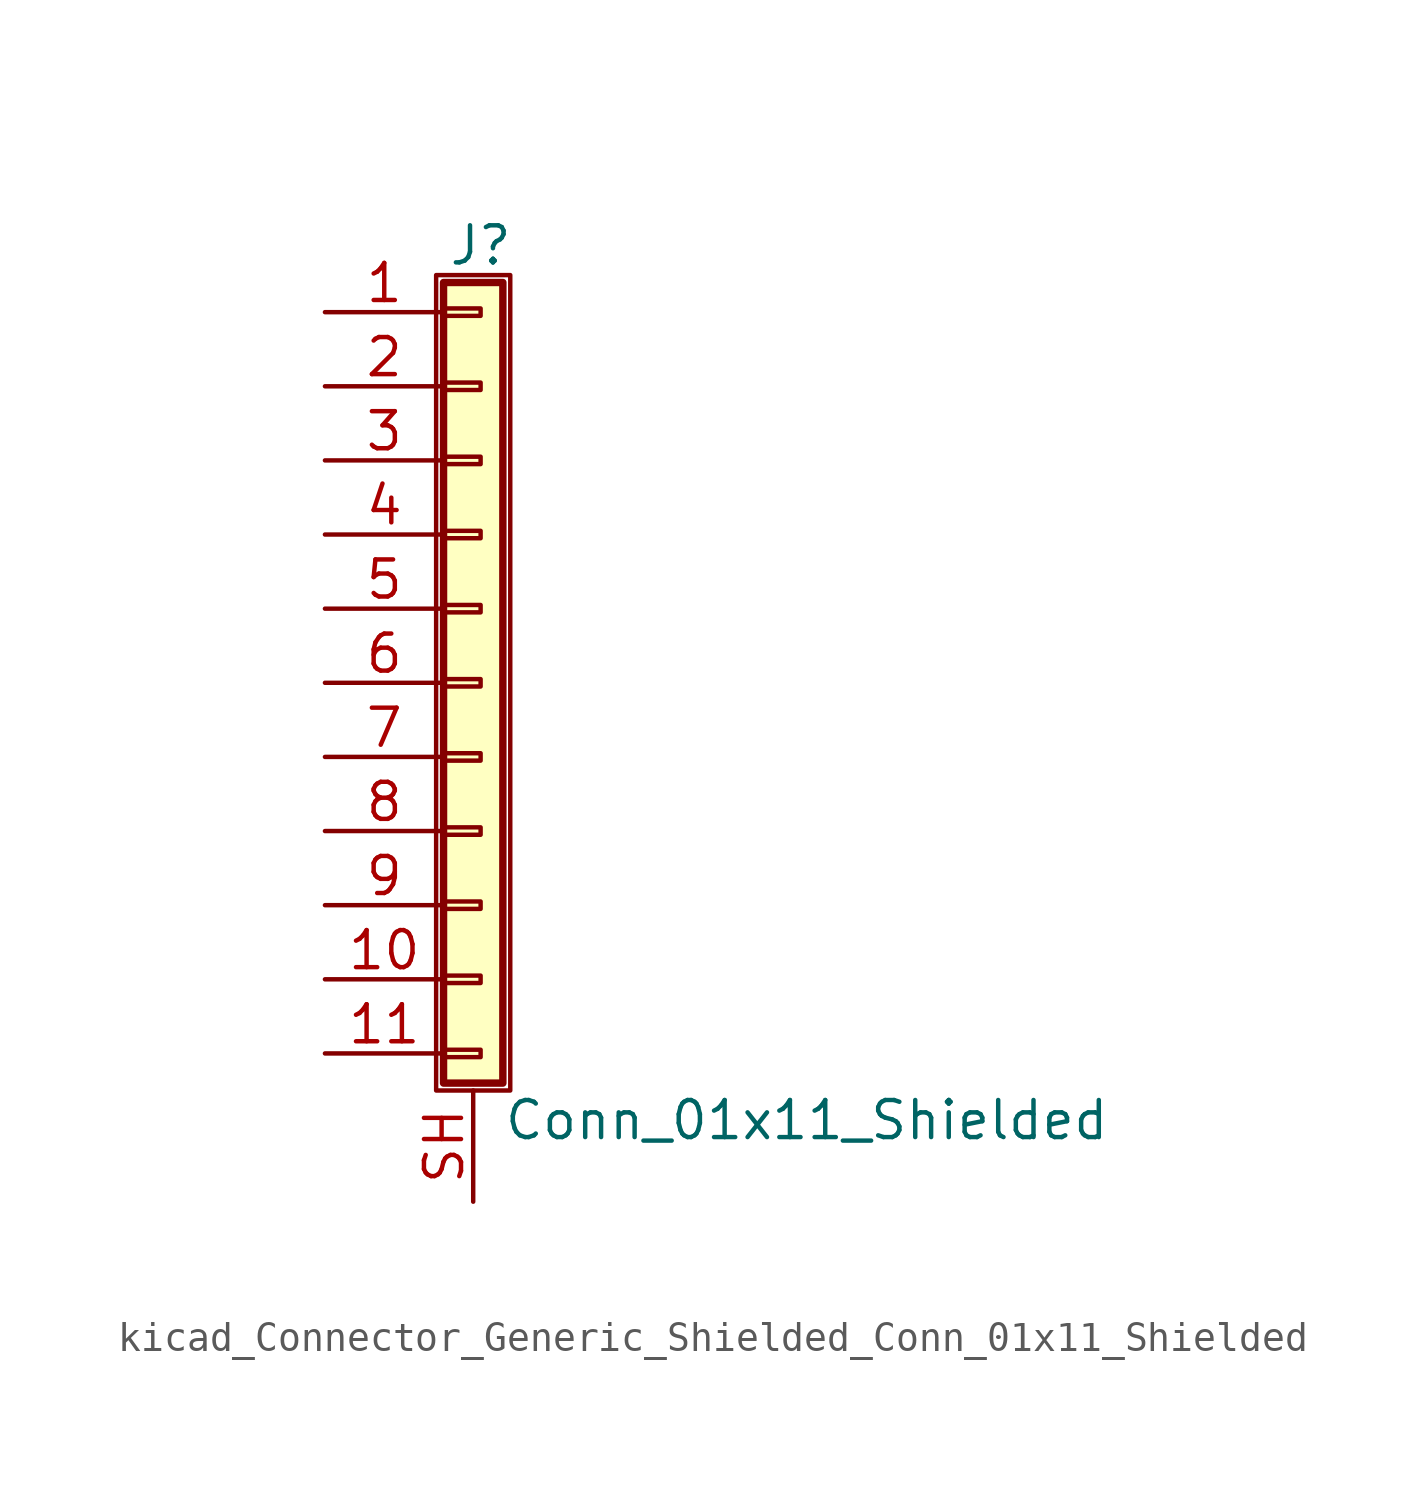
<source format=kicad_sym>
(kicad_symbol_lib
  (version 20220914)
  (generator kicad_symbol_editor)
  (symbol "kicad_Connector_Generic_Shielded_Conn_01x11_Shielded"
    (pin_names
      (offset 1.016) hide)
    (property "Reference" "J"
      (at 0.254 14.986 0)
      (effects (font (size 1.27 1.27))))
    (property "Value" "Conn_01x11_Shielded"
      (at 1.016 -14.986 0)
      (effects (font (size 1.27 1.27)) (justify left)))
    (symbol "kicad_Connector_Generic_Shielded_Conn_01x11_Shielded_1_1"
      (rectangle (start -1.27 13.97) (end 1.27 -13.97) (stroke (width 0.152) (type default)) (fill (type none)))
      (rectangle (start -1.016 -12.573) (end 0.254 -12.827) (stroke (width 0.152) (type default)) (fill (type none)))
      (rectangle (start -1.016 -10.033) (end 0.254 -10.287) (stroke (width 0.152) (type default)) (fill (type none)))
      (rectangle (start -1.016 -7.493) (end 0.254 -7.747) (stroke (width 0.152) (type default)) (fill (type none)))
      (rectangle (start -1.016 -4.953) (end 0.254 -5.207) (stroke (width 0.152) (type default)) (fill (type none)))
      (rectangle (start -1.016 -2.413) (end 0.254 -2.667) (stroke (width 0.152) (type default)) (fill (type none)))
      (rectangle (start -1.016 0.127) (end 0.254 -0.127) (stroke (width 0.152) (type default)) (fill (type none)))
      (rectangle (start -1.016 2.667) (end 0.254 2.413) (stroke (width 0.152) (type default)) (fill (type none)))
      (rectangle (start -1.016 5.207) (end 0.254 4.953) (stroke (width 0.152) (type default)) (fill (type none)))
      (rectangle (start -1.016 7.747) (end 0.254 7.493) (stroke (width 0.152) (type default)) (fill (type none)))
      (rectangle (start -1.016 10.287) (end 0.254 10.033) (stroke (width 0.152) (type default)) (fill (type none)))
      (rectangle (start -1.016 12.827) (end 0.254 12.573) (stroke (width 0.152) (type default)) (fill (type none)))
      (rectangle (start -1.016 13.716) (end 1.016 -13.716) (stroke (width 0.254) (type default)) (fill (type background)))
      (pin passive line (at -5.08 12.7 0) (length 4.064) (name "Pin_1" (effects (font (size 1.27 1.27)))) (number "1" (effects (font (size 1.27 1.27)))))
      (pin passive line (at -5.08 -10.16 0) (length 4.064) (name "Pin_10" (effects (font (size 1.27 1.27)))) (number "10" (effects (font (size 1.27 1.27)))))
      (pin passive line (at -5.08 -12.7 0) (length 4.064) (name "Pin_11" (effects (font (size 1.27 1.27)))) (number "11" (effects (font (size 1.27 1.27)))))
      (pin passive line (at -5.08 10.16 0) (length 4.064) (name "Pin_2" (effects (font (size 1.27 1.27)))) (number "2" (effects (font (size 1.27 1.27)))))
      (pin passive line (at -5.08 7.62 0) (length 4.064) (name "Pin_3" (effects (font (size 1.27 1.27)))) (number "3" (effects (font (size 1.27 1.27)))))
      (pin passive line (at -5.08 5.08 0) (length 4.064) (name "Pin_4" (effects (font (size 1.27 1.27)))) (number "4" (effects (font (size 1.27 1.27)))))
      (pin passive line (at -5.08 2.54 0) (length 4.064) (name "Pin_5" (effects (font (size 1.27 1.27)))) (number "5" (effects (font (size 1.27 1.27)))))
      (pin passive line (at -5.08 0 0) (length 4.064) (name "Pin_6" (effects (font (size 1.27 1.27)))) (number "6" (effects (font (size 1.27 1.27)))))
      (pin passive line (at -5.08 -2.54 0) (length 4.064) (name "Pin_7" (effects (font (size 1.27 1.27)))) (number "7" (effects (font (size 1.27 1.27)))))
      (pin passive line (at -5.08 -5.08 0) (length 4.064) (name "Pin_8" (effects (font (size 1.27 1.27)))) (number "8" (effects (font (size 1.27 1.27)))))
      (pin passive line (at -5.08 -7.62 0) (length 4.064) (name "Pin_9" (effects (font (size 1.27 1.27)))) (number "9" (effects (font (size 1.27 1.27)))))
      (pin passive line (at 0 -17.78 90) (length 3.81) (name "Shield" (effects (font (size 1.27 1.27)))) (number "SH" (effects (font (size 1.27 1.27))))))))
</source>
